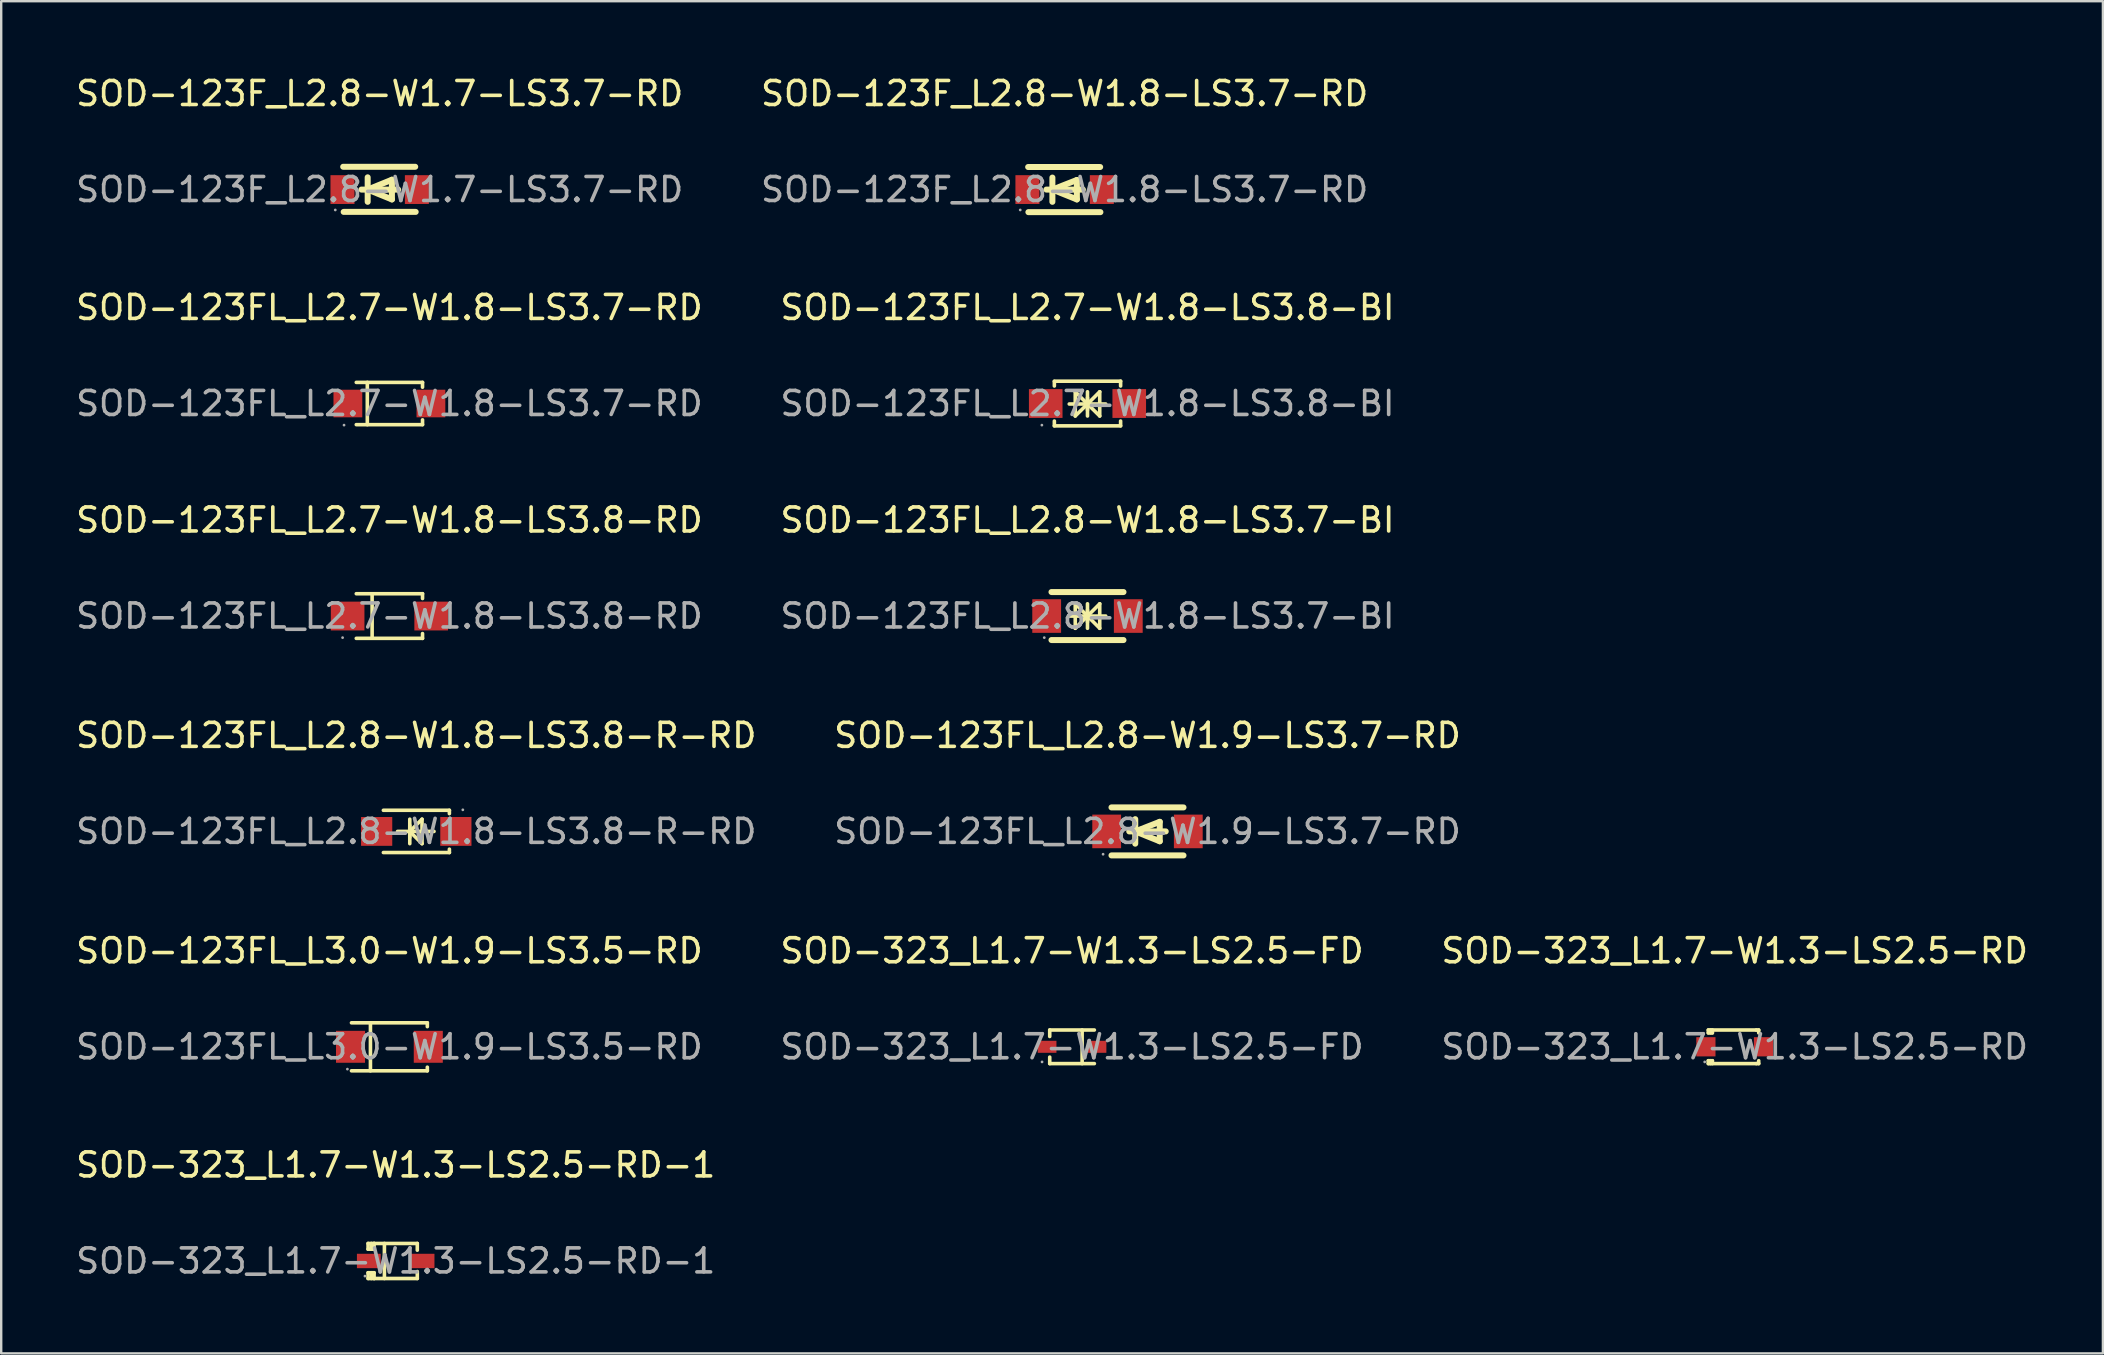
<source format=kicad_pcb>
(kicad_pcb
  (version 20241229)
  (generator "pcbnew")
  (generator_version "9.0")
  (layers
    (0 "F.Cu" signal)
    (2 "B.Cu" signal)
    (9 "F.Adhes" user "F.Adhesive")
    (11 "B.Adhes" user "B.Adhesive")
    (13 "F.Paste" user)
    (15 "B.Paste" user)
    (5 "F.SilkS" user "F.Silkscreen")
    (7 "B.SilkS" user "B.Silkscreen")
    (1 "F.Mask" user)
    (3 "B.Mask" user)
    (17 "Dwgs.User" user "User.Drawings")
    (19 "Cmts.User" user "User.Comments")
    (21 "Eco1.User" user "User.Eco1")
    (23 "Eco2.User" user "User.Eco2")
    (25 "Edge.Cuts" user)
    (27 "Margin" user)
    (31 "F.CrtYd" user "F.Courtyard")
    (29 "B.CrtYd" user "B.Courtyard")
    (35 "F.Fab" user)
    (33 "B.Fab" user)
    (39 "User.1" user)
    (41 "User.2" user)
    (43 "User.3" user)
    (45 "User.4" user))
  (footprint "SOD-123FL_L2.7-W1.8-LS3.8-BI"
    (layer "F.Cu")
    (at 42.256 13.761)
    (property "Reference" "SOD-123FL_L2.7-W1.8-LS3.8-BI" (at 0 -4 0) (layer "F.SilkS") (effects (font (size 1 1) (thickness 0.15))))
    (attr smd)
    (fp_line (start -1.38 -0.93) (end 1.38 -0.93) (stroke (width 0.15) (type solid)) (layer "F.SilkS"))
    (fp_line (start -1.38 -0.92) (end -1.38 -0.73) (stroke (width 0.15) (type solid)) (layer "F.SilkS"))
    (fp_line (start -1.38 0.73) (end -1.38 0.93) (stroke (width 0.15) (type solid)) (layer "F.SilkS"))
    (fp_line (start -1.38 0.93) (end 1.38 0.93) (stroke (width 0.15) (type solid)) (layer "F.SilkS"))
    (fp_line (start -0.76 0.02) (end 0.76 0.02) (stroke (width 0.15) (type solid)) (layer "F.SilkS"))
    (fp_line (start -0.51 -0.49) (end -0.51 0.52) (stroke (width 0.15) (type solid)) (layer "F.SilkS"))
    (fp_line (start 0 -0.49) (end 0 0.52) (stroke (width 0.15) (type solid)) (layer "F.SilkS"))
    (fp_line (start 0 0.02) (end -0.51 -0.49) (stroke (width 0.15) (type solid)) (layer "F.SilkS"))
    (fp_line (start 0 0.02) (end -0.51 0.52) (stroke (width 0.15) (type solid)) (layer "F.SilkS"))
    (fp_line (start 0 0.02) (end 0.51 -0.49) (stroke (width 0.15) (type solid)) (layer "F.SilkS"))
    (fp_line (start 0 0.02) (end 0.51 0.52) (stroke (width 0.15) (type solid)) (layer "F.SilkS"))
    (fp_line (start 0 0.27) (end 0 -0.24) (stroke (width 0.15) (type solid)) (layer "F.SilkS"))
    (fp_line (start 0.51 0.52) (end 0.51 -0.49) (stroke (width 0.15) (type solid)) (layer "F.SilkS"))
    (fp_line (start 1.38 -0.93) (end 1.38 -0.73) (stroke (width 0.15) (type solid)) (layer "F.SilkS"))
    (fp_line (start 1.38 0.93) (end 1.38 0.73) (stroke (width 0.15) (type solid)) (layer "F.SilkS"))
    (fp_circle (center -1.9 0.9) (end -1.87 0.9) (stroke (width 0.06) (type solid)) (fill no) (layer "F.Fab"))
    (fp_text user "${REFERENCE}" (at 0 0 0) (layer "F.Fab") (effects (font (size 1 1) (thickness 0.15))))
    (pad "1" smd rect (at -1.74 0) (size 1.4 1.2) (layers "F.Cu" "F.Mask" "F.Paste"))
    (pad "2" smd rect (at 1.74 0) (size 1.4 1.2) (layers "F.Cu" "F.Mask" "F.Paste")))
  (footprint "SOD-123FL_L3.0-W1.9-LS3.5-RD"
    (layer "F.Cu")
    (at 13.173 40.561)
    (property "Reference" "SOD-123FL_L3.0-W1.9-LS3.5-RD" (at 0 -4 0) (layer "F.SilkS") (effects (font (size 1 1) (thickness 0.15))))
    (attr smd)
    (fp_line (start -0.79 -1) (end -0.79 1) (stroke (width 0.15) (type solid)) (layer "F.SilkS"))
    (fp_line (start 1.58 -1) (end -1.58 -1) (stroke (width 0.15) (type solid)) (layer "F.SilkS"))
    (fp_line (start 1.58 -1) (end 1.58 -0.84) (stroke (width 0.15) (type solid)) (layer "F.SilkS"))
    (fp_line (start 1.58 0.85) (end 1.58 1) (stroke (width 0.15) (type solid)) (layer "F.SilkS"))
    (fp_line (start 1.58 1) (end -1.58 1) (stroke (width 0.15) (type solid)) (layer "F.SilkS"))
    (fp_circle (center -1.75 0.93) (end -1.72 0.93) (stroke (width 0.06) (type solid)) (fill no) (layer "F.Fab"))
    (fp_text user "${REFERENCE}" (at 0 0 0) (layer "F.Fab") (effects (font (size 1 1) (thickness 0.15))))
    (pad "1" smd rect (at -1.62 0) (size 1.21 1.33) (layers "F.Cu" "F.Mask" "F.Paste"))
    (pad "2" smd rect (at 1.62 0) (size 1.21 1.33) (layers "F.Cu" "F.Mask" "F.Paste")))
  (footprint "SOD-123FL_L2.7-W1.8-LS3.8-RD"
    (layer "F.Cu")
    (at 13.173 22.615)
    (property "Reference" "SOD-123FL_L2.7-W1.8-LS3.8-RD" (at 0 -4 0) (layer "F.SilkS") (effects (font (size 1 1) (thickness 0.15))))
    (attr through_hole)
    (fp_line (start -1.38 -0.93) (end 1.38 -0.93) (stroke (width 0.15) (type solid)) (layer "F.SilkS"))
    (fp_line (start -1.38 0.93) (end 1.38 0.93) (stroke (width 0.15) (type solid)) (layer "F.SilkS"))
    (fp_line (start -0.72 -0.88) (end -0.72 0.88) (stroke (width 0.15) (type solid)) (layer "F.SilkS"))
    (fp_line (start 1.38 -0.93) (end 1.38 -0.73) (stroke (width 0.15) (type solid)) (layer "F.SilkS"))
    (fp_line (start 1.38 0.93) (end 1.38 0.73) (stroke (width 0.15) (type solid)) (layer "F.SilkS"))
    (fp_circle (center -1.95 0.9) (end -1.92 0.9) (stroke (width 0.06) (type solid)) (fill no) (layer "F.Fab"))
    (fp_text user "${REFERENCE}" (at 0 0 0) (layer "F.Fab") (effects (font (size 1 1) (thickness 0.15))))
    (pad "1" smd rect (at -1.74 0) (size 1.4 1.2) (layers "F.Cu" "F.Mask" "F.Paste"))
    (pad "2" smd rect (at 1.74 0) (size 1.4 1.2) (layers "F.Cu" "F.Mask" "F.Paste")))
  (footprint "SOD-123FL_L2.8-W1.8-LS3.8-R-RD"
    (layer "F.Cu")
    (at 14.292 31.588)
    (property "Reference" "SOD-123FL_L2.8-W1.8-LS3.8-R-RD" (at 0 -4 0) (layer "F.SilkS") (effects (font (size 1 1) (thickness 0.15))))
    (attr smd)
    (fp_line (start -1.37 -0.88) (end 1.38 -0.88) (stroke (width 0.15) (type solid)) (layer "F.SilkS"))
    (fp_line (start -1.37 0.88) (end 1.38 0.88) (stroke (width 0.15) (type solid)) (layer "F.SilkS"))
    (fp_line (start -0.78 0) (end 0.74 0) (stroke (width 0.15) (type solid)) (layer "F.SilkS"))
    (fp_line (start -0.27 -0.51) (end -0.27 0.51) (stroke (width 0.15) (type solid)) (layer "F.SilkS"))
    (fp_line (start -0.27 0) (end 0.24 -0.51) (stroke (width 0.15) (type solid)) (layer "F.SilkS"))
    (fp_line (start -0.27 0) (end 0.24 0.51) (stroke (width 0.15) (type solid)) (layer "F.SilkS"))
    (fp_line (start -0.27 0.25) (end -0.27 -0.25) (stroke (width 0.15) (type solid)) (layer "F.SilkS"))
    (fp_line (start 0.24 0.51) (end 0.24 -0.51) (stroke (width 0.15) (type solid)) (layer "F.SilkS"))
    (fp_line (start 1.38 -0.88) (end 1.38 -0.74) (stroke (width 0.15) (type solid)) (layer "F.SilkS"))
    (fp_line (start 1.38 0.88) (end 1.38 0.74) (stroke (width 0.15) (type solid)) (layer "F.SilkS"))
    (fp_circle (center 1.94 -0.9) (end 1.97 -0.9) (stroke (width 0.06) (type solid)) (fill no) (layer "F.Fab"))
    (fp_text user "${REFERENCE}" (at 0 0 0) (layer "F.Fab") (effects (font (size 1 1) (thickness 0.15))))
    (pad "1" smd rect (at 1.65 0 180) (size 1.3 1.2) (layers "F.Cu" "F.Mask" "F.Paste"))
    (pad "2" smd rect (at -1.65 0 180) (size 1.3 1.2) (layers "F.Cu" "F.Mask" "F.Paste")))
  (footprint "SOD-323_L1.7-W1.3-LS2.5-FD"
    (layer "F.Cu")
    (at 41.613 40.561)
    (property "Reference" "SOD-323_L1.7-W1.3-LS2.5-FD" (at 0 -4 0) (layer "F.SilkS") (effects (font (size 1 1) (thickness 0.15))))
    (attr smd)
    (fp_line (start -0.93 -0.7) (end -0.93 -0.43) (stroke (width 0.15) (type solid)) (layer "F.SilkS"))
    (fp_line (start -0.93 -0.7) (end 0.93 -0.7) (stroke (width 0.15) (type solid)) (layer "F.SilkS"))
    (fp_line (start -0.93 0.43) (end -0.93 0.7) (stroke (width 0.15) (type solid)) (layer "F.SilkS"))
    (fp_line (start -0.93 0.7) (end 0.93 0.7) (stroke (width 0.15) (type solid)) (layer "F.SilkS"))
    (fp_line (start 0.42 -0.7) (end 0.42 0.7) (stroke (width 0.15) (type solid)) (layer "F.SilkS"))
    (fp_circle (center -1.25 0.63) (end -1.22 0.63) (stroke (width 0.06) (type solid)) (fill no) (layer "F.Fab"))
    (fp_text user "${REFERENCE}" (at 0 0 0) (layer "F.Fab") (effects (font (size 1 1) (thickness 0.15))))
    (pad "1" smd rect (at -1.04 0) (size 0.78 0.5) (layers "F.Cu" "F.Mask" "F.Paste"))
    (pad "2" smd rect (at 1.04 0) (size 0.78 0.5) (layers "F.Cu" "F.Mask" "F.Paste")))
  (footprint "SOD-123FL_L2.8-W1.9-LS3.7-RD"
    (layer "F.Cu")
    (at 44.756 31.588)
    (property "Reference" "SOD-123FL_L2.8-W1.9-LS3.7-RD" (at 0 -4 0) (layer "F.SilkS") (effects (font (size 1 1) (thickness 0.15))))
    (attr through_hole)
    (fp_line (start -1.5 -1) (end 1.5 -1) (stroke (width 0.25) (type solid)) (layer "F.SilkS"))
    (fp_line (start -1.5 1) (end 1.5 1) (stroke (width 0.25) (type solid)) (layer "F.SilkS"))
    (fp_line (start -0.76 0) (end 0.76 0) (stroke (width 0.25) (type solid)) (layer "F.SilkS"))
    (fp_line (start -0.51 0) (end 0.51 0.41) (stroke (width 0.25) (type solid)) (layer "F.SilkS"))
    (fp_line (start -0.51 0.51) (end -0.51 -0.51) (stroke (width 0.25) (type solid)) (layer "F.SilkS"))
    (fp_line (start 0.51 -0.4) (end -0.51 0) (stroke (width 0.25) (type solid)) (layer "F.SilkS"))
    (fp_line (start 0.51 0.41) (end 0.51 -0.4) (stroke (width 0.25) (type solid)) (layer "F.SilkS"))
    (fp_circle (center -1.85 0.95) (end -1.82 0.95) (stroke (width 0.06) (type solid)) (fill no) (layer "F.Fab"))
    (fp_text user "${REFERENCE}" (at 0 0 0) (layer "F.Fab") (effects (font (size 1 1) (thickness 0.15))))
    (pad "1" smd rect (at -1.7 0) (size 1.2 1.4) (layers "F.Cu" "F.Mask" "F.Paste"))
    (pad "2" smd rect (at 1.7 0) (size 1.2 1.4) (layers "F.Cu" "F.Mask" "F.Paste")))
  (footprint "SOD-323_L1.7-W1.3-LS2.5-RD"
    (layer "F.Cu")
    (at 69.22 40.561)
    (property "Reference" "SOD-323_L1.7-W1.3-LS2.5-RD" (at 0 -4 0) (layer "F.SilkS") (effects (font (size 1 1) (thickness 0.15))))
    (attr smd)
    (fp_line (start -1.1 -0.7) (end -1.1 -0.58) (stroke (width 0.15) (type solid)) (layer "F.SilkS"))
    (fp_line (start -1.1 0.58) (end -1.1 0.7) (stroke (width 0.15) (type solid)) (layer "F.SilkS"))
    (fp_line (start -1.1 0.58) (end -0.93 0.58) (stroke (width 0.15) (type solid)) (layer "F.SilkS"))
    (fp_line (start -1.1 0.7) (end 0.9 0.7) (stroke (width 0.15) (type solid)) (layer "F.SilkS"))
    (fp_line (start -1.01 -0.58) (end -1.01 -0.7) (stroke (width 0.15) (type solid)) (layer "F.SilkS"))
    (fp_line (start -1.01 0.7) (end -1.01 0.58) (stroke (width 0.15) (type solid)) (layer "F.SilkS"))
    (fp_line (start -0.93 -0.7) (end -0.93 -0.58) (stroke (width 0.15) (type solid)) (layer "F.SilkS"))
    (fp_line (start -0.93 -0.58) (end -1.1 -0.58) (stroke (width 0.15) (type solid)) (layer "F.SilkS"))
    (fp_line (start -0.93 0.58) (end -0.93 0.7) (stroke (width 0.15) (type solid)) (layer "F.SilkS"))
    (fp_line (start 0.9 -0.7) (end -1.1 -0.7) (stroke (width 0.15) (type solid)) (layer "F.SilkS"))
    (fp_line (start 0.9 0.7) (end 1 0.7) (stroke (width 0.15) (type solid)) (layer "F.SilkS"))
    (fp_line (start 1 -0.7) (end 0.9 -0.7) (stroke (width 0.15) (type solid)) (layer "F.SilkS"))
    (fp_line (start 1 -0.58) (end 1 -0.7) (stroke (width 0.15) (type solid)) (layer "F.SilkS"))
    (fp_line (start 1 0.7) (end 1 0.58) (stroke (width 0.15) (type solid)) (layer "F.SilkS"))
    (fp_circle (center -1.25 0.63) (end -1.22 0.63) (stroke (width 0.06) (type solid)) (fill no) (layer "F.Fab"))
    (fp_text user "${REFERENCE}" (at 0 0 0) (layer "F.Fab") (effects (font (size 1 1) (thickness 0.15))))
    (pad "1" smd rect (at -1.2 0) (size 0.8 0.8) (layers "F.Cu" "F.Mask" "F.Paste"))
    (pad "2" smd rect (at 1.2 0) (size 0.8 0.8) (layers "F.Cu" "F.Mask" "F.Paste")))
  (footprint "SOD-123F_L2.8-W1.7-LS3.7-RD"
    (layer "F.Cu")
    (at 12.768 4.848)
    (property "Reference" "SOD-123F_L2.8-W1.7-LS3.7-RD" (at 0 -4 0) (layer "F.SilkS") (effects (font (size 1 1) (thickness 0.15))))
    (attr smd)
    (fp_line (start -1.52 -0.95) (end 1.48 -0.95) (stroke (width 0.25) (type solid)) (layer "F.SilkS"))
    (fp_line (start -1.5 0.93) (end 1.5 0.93) (stroke (width 0.25) (type solid)) (layer "F.SilkS"))
    (fp_line (start -0.76 0) (end 0.77 0) (stroke (width 0.25) (type solid)) (layer "F.SilkS"))
    (fp_line (start -0.5 -0.51) (end -0.5 0.51) (stroke (width 0.25) (type solid)) (layer "F.SilkS"))
    (fp_line (start -0.5 0) (end 0.51 -0.41) (stroke (width 0.25) (type solid)) (layer "F.SilkS"))
    (fp_line (start 0.51 -0.41) (end 0.51 0.41) (stroke (width 0.25) (type solid)) (layer "F.SilkS"))
    (fp_line (start 0.51 0.41) (end -0.5 0) (stroke (width 0.25) (type solid)) (layer "F.SilkS"))
    (fp_circle (center -1.85 0.85) (end -1.82 0.85) (stroke (width 0.06) (type solid)) (fill no) (layer "F.Fab"))
    (fp_text user "${REFERENCE}" (at 0 0 0) (layer "F.Fab") (effects (font (size 1 1) (thickness 0.15))))
    (pad "1" smd rect (at -1.55 0) (size 1 1.2) (layers "F.Cu" "F.Mask" "F.Paste"))
    (pad "2" smd rect (at 1.55 0) (size 1 1.2) (layers "F.Cu" "F.Mask" "F.Paste")))
  (footprint "SOD-123F_L2.8-W1.8-LS3.7-RD"
    (layer "F.Cu")
    (at 41.304 4.848)
    (property "Reference" "SOD-123F_L2.8-W1.8-LS3.7-RD" (at 0 -4 0) (layer "F.SilkS") (effects (font (size 1 1) (thickness 0.15))))
    (attr smd)
    (fp_line (start -1.52 -0.94) (end 1.48 -0.94) (stroke (width 0.25) (type solid)) (layer "F.SilkS"))
    (fp_line (start -1.51 0.94) (end 1.49 0.94) (stroke (width 0.25) (type solid)) (layer "F.SilkS"))
    (fp_line (start -0.76 0) (end 0.76 0) (stroke (width 0.25) (type solid)) (layer "F.SilkS"))
    (fp_line (start -0.51 -0.5) (end -0.51 0.51) (stroke (width 0.25) (type solid)) (layer "F.SilkS"))
    (fp_line (start -0.51 0) (end 0.51 -0.4) (stroke (width 0.25) (type solid)) (layer "F.SilkS"))
    (fp_line (start 0.51 -0.4) (end 0.51 0.41) (stroke (width 0.25) (type solid)) (layer "F.SilkS"))
    (fp_line (start 0.51 0.41) (end -0.51 0) (stroke (width 0.25) (type solid)) (layer "F.SilkS"))
    (fp_circle (center -1.85 0.85) (end -1.82 0.85) (stroke (width 0.06) (type solid)) (fill no) (layer "F.Fab"))
    (fp_text user "${REFERENCE}" (at 0 0 0) (layer "F.Fab") (effects (font (size 1 1) (thickness 0.15))))
    (pad "1" smd rect (at -1.55 0) (size 1 1.2) (layers "F.Cu" "F.Mask" "F.Paste"))
    (pad "2" smd rect (at 1.55 0) (size 1 1.2) (layers "F.Cu" "F.Mask" "F.Paste")))
  (footprint "SOD-123FL_L2.8-W1.8-LS3.7-BI"
    (layer "F.Cu")
    (at 42.256 22.615)
    (property "Reference" "SOD-123FL_L2.8-W1.8-LS3.7-BI" (at 0 -4 0) (layer "F.SilkS") (effects (font (size 1 1) (thickness 0.15))))
    (attr through_hole)
    (fp_line (start -1.5 -1) (end 1.5 -1) (stroke (width 0.25) (type solid)) (layer "F.SilkS"))
    (fp_line (start -1.5 1) (end 1.5 1) (stroke (width 0.25) (type solid)) (layer "F.SilkS"))
    (fp_line (start -0.76 0) (end 0.76 0) (stroke (width 0.15) (type solid)) (layer "F.SilkS"))
    (fp_line (start -0.51 -0.51) (end -0.51 0.51) (stroke (width 0.15) (type solid)) (layer "F.SilkS"))
    (fp_line (start 0 -0.51) (end 0 0.51) (stroke (width 0.15) (type solid)) (layer "F.SilkS"))
    (fp_line (start 0 0) (end -0.51 -0.51) (stroke (width 0.15) (type solid)) (layer "F.SilkS"))
    (fp_line (start 0 0) (end -0.51 0.51) (stroke (width 0.15) (type solid)) (layer "F.SilkS"))
    (fp_line (start 0 0) (end 0.51 -0.51) (stroke (width 0.15) (type solid)) (layer "F.SilkS"))
    (fp_line (start 0 0) (end 0.51 0.51) (stroke (width 0.15) (type solid)) (layer "F.SilkS"))
    (fp_line (start 0 0.25) (end 0 -0.25) (stroke (width 0.15) (type solid)) (layer "F.SilkS"))
    (fp_line (start 0.51 0.51) (end 0.51 -0.51) (stroke (width 0.15) (type solid)) (layer "F.SilkS"))
    (fp_circle (center -1.8 0.9) (end -1.77 0.9) (stroke (width 0.06) (type solid)) (fill no) (layer "F.Fab"))
    (fp_text user "${REFERENCE}" (at 0 0 0) (layer "F.Fab") (effects (font (size 1 1) (thickness 0.15))))
    (pad "1" smd rect (at -1.7 0) (size 1.2 1.4) (layers "F.Cu" "F.Mask" "F.Paste"))
    (pad "2" smd rect (at 1.7 0) (size 1.2 1.4) (layers "F.Cu" "F.Mask" "F.Paste")))
  (footprint "SOD-123FL_L2.7-W1.8-LS3.7-RD"
    (layer "F.Cu")
    (at 13.173 13.761)
    (property "Reference" "SOD-123FL_L2.7-W1.8-LS3.7-RD" (at 0 -4 0) (layer "F.SilkS") (effects (font (size 1 1) (thickness 0.15))))
    (attr through_hole)
    (fp_line (start -1.38 -0.88) (end 1.38 -0.88) (stroke (width 0.15) (type solid)) (layer "F.SilkS"))
    (fp_line (start -1.38 0.88) (end 1.38 0.88) (stroke (width 0.15) (type solid)) (layer "F.SilkS"))
    (fp_line (start -0.92 -0.88) (end -0.92 0.88) (stroke (width 0.15) (type solid)) (layer "F.SilkS"))
    (fp_line (start 1.38 -0.88) (end 1.38 -0.68) (stroke (width 0.15) (type solid)) (layer "F.SilkS"))
    (fp_line (start 1.38 0.88) (end 1.38 0.68) (stroke (width 0.15) (type solid)) (layer "F.SilkS"))
    (fp_circle (center -1.89 0.9) (end -1.86 0.9) (stroke (width 0.06) (type solid)) (fill no) (layer "F.Fab"))
    (fp_text user "${REFERENCE}" (at 0 0 0) (layer "F.Fab") (effects (font (size 1 1) (thickness 0.15))))
    (pad "1" smd rect (at -1.73 0) (size 1.2 1.15) (layers "F.Cu" "F.Mask" "F.Paste"))
    (pad "2" smd rect (at 1.73 0) (size 1.2 1.15) (layers "F.Cu" "F.Mask" "F.Paste")))
  (footprint "SOD-323_L1.7-W1.3-LS2.5-RD-1"
    (layer "F.Cu")
    (at 13.435 49.484)
    (property "Reference" "SOD-323_L1.7-W1.3-LS2.5-RD-1" (at 0 -4 0) (layer "F.SilkS") (effects (font (size 1 1) (thickness 0.15))))
    (attr smd)
    (fp_line (start -1.15 -0.73) (end -1.15 -0.49) (stroke (width 0.15) (type solid)) (layer "F.SilkS"))
    (fp_line (start -1.15 0.49) (end -1.15 0.73) (stroke (width 0.15) (type solid)) (layer "F.SilkS"))
    (fp_line (start -1.15 0.73) (end -0.9 0.73) (stroke (width 0.15) (type solid)) (layer "F.SilkS"))
    (fp_line (start -1.01 -0.73) (end -1.01 -0.49) (stroke (width 0.15) (type solid)) (layer "F.SilkS"))
    (fp_line (start -1.01 0.49) (end -1.01 0.73) (stroke (width 0.15) (type solid)) (layer "F.SilkS"))
    (fp_line (start -0.9 -0.73) (end -1.15 -0.73) (stroke (width 0.15) (type solid)) (layer "F.SilkS"))
    (fp_line (start -0.9 -0.49) (end -1.15 -0.49) (stroke (width 0.15) (type solid)) (layer "F.SilkS"))
    (fp_line (start -0.9 -0.49) (end -0.9 -0.73) (stroke (width 0.15) (type solid)) (layer "F.SilkS"))
    (fp_line (start -0.9 0.49) (end -1.15 0.49) (stroke (width 0.15) (type solid)) (layer "F.SilkS"))
    (fp_line (start -0.9 0.49) (end -0.9 0.73) (stroke (width 0.15) (type solid)) (layer "F.SilkS"))
    (fp_line (start -0.47 0.73) (end -0.47 -0.73) (stroke (width 0.15) (type solid)) (layer "F.SilkS"))
    (fp_line (start 0.9 -0.73) (end -0.9 -0.73) (stroke (width 0.15) (type solid)) (layer "F.SilkS"))
    (fp_line (start 0.9 -0.73) (end 0.9 -0.45) (stroke (width 0.15) (type solid)) (layer "F.SilkS"))
    (fp_line (start 0.9 0.73) (end -0.9 0.73) (stroke (width 0.15) (type solid)) (layer "F.SilkS"))
    (fp_line (start 0.9 0.73) (end 0.9 0.44) (stroke (width 0.15) (type solid)) (layer "F.SilkS"))
    (fp_circle (center -1.28 0.63) (end -1.25 0.63) (stroke (width 0.06) (type solid)) (fill no) (layer "F.Fab"))
    (fp_text user "${REFERENCE}" (at 0 0 0) (layer "F.Fab") (effects (font (size 1 1) (thickness 0.15))))
    (pad "1" smd rect (at -1.12 0) (size 0.99 0.6) (layers "F.Cu" "F.Mask" "F.Paste"))
    (pad "2" smd rect (at 1.12 0) (size 0.99 0.6) (layers "F.Cu" "F.Mask" "F.Paste")))
  (gr_rect
    (start -3 -3)
    (end 84.56 53.333)
    (stroke (width 0.1) (type default))
    (fill no)
    (layer "Edge.Cuts")))
</source>
